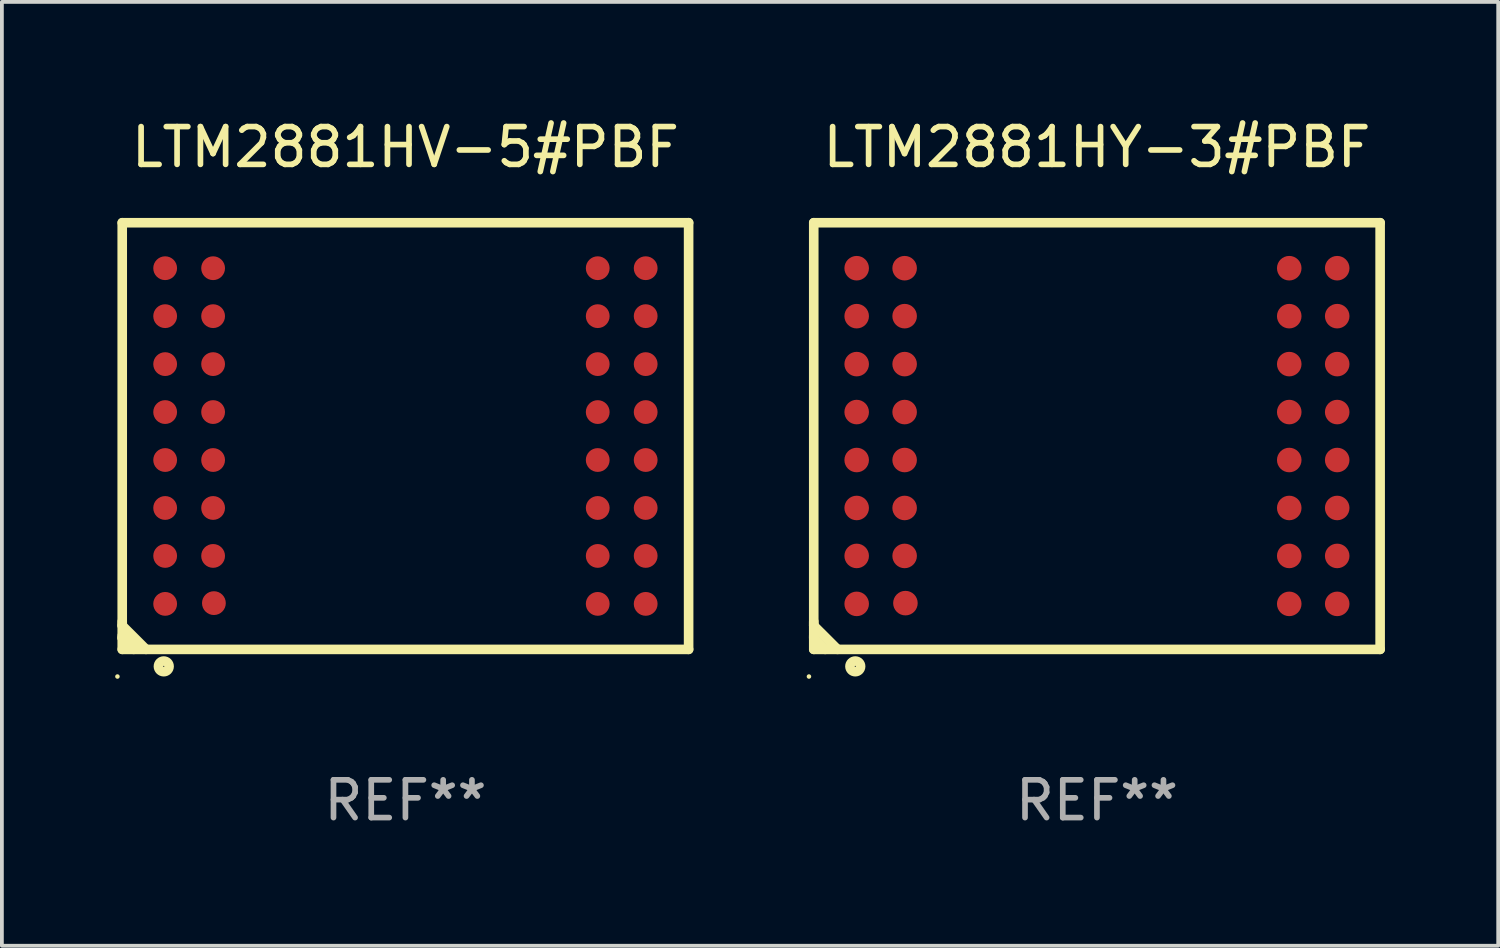
<source format=kicad_pcb>
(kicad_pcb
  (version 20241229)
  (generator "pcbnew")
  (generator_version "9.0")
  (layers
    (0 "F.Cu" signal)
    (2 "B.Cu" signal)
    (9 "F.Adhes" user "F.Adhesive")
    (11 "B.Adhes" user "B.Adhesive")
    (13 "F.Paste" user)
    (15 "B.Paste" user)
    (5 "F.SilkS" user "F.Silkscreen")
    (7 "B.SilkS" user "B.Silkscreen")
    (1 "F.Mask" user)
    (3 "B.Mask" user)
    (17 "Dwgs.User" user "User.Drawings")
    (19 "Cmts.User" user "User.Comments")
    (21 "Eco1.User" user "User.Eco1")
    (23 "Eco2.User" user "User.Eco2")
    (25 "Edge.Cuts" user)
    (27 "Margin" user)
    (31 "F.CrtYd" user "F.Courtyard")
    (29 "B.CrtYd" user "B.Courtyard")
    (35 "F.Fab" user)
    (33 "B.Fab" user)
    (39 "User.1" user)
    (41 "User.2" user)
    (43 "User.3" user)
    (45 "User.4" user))
  (footprint "LTM2881HY-3#PBF"
    (layer "F.Cu")
    (at 26.001 8.498)
    (property "Reference" "LTM2881HY-3#PBF" (at 0 -7.65 0) (layer "F.SilkS") (effects (font (size 1 1) (thickness 0.15))))
    (attr through_hole)
    (fp_line (start -7.5 -5.65) (end -7.5 5.65) (stroke (width 0.254) (type solid)) (layer "F.SilkS"))
    (fp_line (start -7.5 -5.65) (end 7.5 -5.65) (stroke (width 0.254) (type solid)) (layer "F.SilkS"))
    (fp_line (start -7.5 4.911) (end -7.5 5.02) (stroke (width 0.254) (type solid)) (layer "F.SilkS"))
    (fp_line (start -7.5 5.02) (end -6.87 5.65) (stroke (width 0.254) (type solid)) (layer "F.SilkS"))
    (fp_line (start -7.5 5.286) (end -7.5 5.347) (stroke (width 0.254) (type solid)) (layer "F.SilkS"))
    (fp_line (start -7.5 5.347) (end -7.197 5.65) (stroke (width 0.254) (type solid)) (layer "F.SilkS"))
    (fp_line (start -7.5 5.65) (end 7.5 5.65) (stroke (width 0.254) (type solid)) (layer "F.SilkS"))
    (fp_line (start 7.5 -5.65) (end 7.5 5.65) (stroke (width 0.254) (type solid)) (layer "F.SilkS"))
    (fp_circle (center -7.627 6.369) (end -7.597 6.369) (stroke (width 0.06) (type solid)) (fill no) (layer "F.SilkS"))
    (fp_circle (center -6.4 6.1) (end -6.259 6.1) (stroke (width 0.254) (type solid)) (fill no) (layer "F.SilkS"))
    (fp_text user "REF**" (at 0 9.65 0) (layer "F.Fab") (effects (font (size 1 1) (thickness 0.15))))
    (pad "A1" smd circle (at -6.363 4.445) (size 0.65 0.65) (layers "F.Cu" "F.Mask" "F.Paste"))
    (pad "A2" smd circle (at -6.363 3.175) (size 0.65 0.65) (layers "F.Cu" "F.Mask" "F.Paste"))
    (pad "A3" smd circle (at -6.363 1.905) (size 0.65 0.65) (layers "F.Cu" "F.Mask" "F.Paste"))
    (pad "A4" smd circle (at -6.363 0.635) (size 0.65 0.65) (layers "F.Cu" "F.Mask" "F.Paste"))
    (pad "A5" smd circle (at -6.363 -0.635) (size 0.65 0.65) (layers "F.Cu" "F.Mask" "F.Paste"))
    (pad "A6" smd circle (at -6.363 -1.905) (size 0.65 0.65) (layers "F.Cu" "F.Mask" "F.Paste"))
    (pad "A7" smd circle (at -6.363 -3.175) (size 0.65 0.65) (layers "F.Cu" "F.Mask" "F.Paste"))
    (pad "A8" smd circle (at -6.363 -4.445) (size 0.65 0.65) (layers "F.Cu" "F.Mask" "F.Paste"))
    (pad "B1" smd circle (at -5.072 4.425) (size 0.65 0.65) (layers "F.Cu" "F.Mask" "F.Paste"))
    (pad "B2" smd circle (at -5.093 3.175) (size 0.65 0.65) (layers "F.Cu" "F.Mask" "F.Paste"))
    (pad "B3" smd circle (at -5.093 1.905) (size 0.65 0.65) (layers "F.Cu" "F.Mask" "F.Paste"))
    (pad "B4" smd circle (at -5.093 0.635) (size 0.65 0.65) (layers "F.Cu" "F.Mask" "F.Paste"))
    (pad "B5" smd circle (at -5.093 -0.635) (size 0.65 0.65) (layers "F.Cu" "F.Mask" "F.Paste"))
    (pad "B6" smd circle (at -5.093 -1.905) (size 0.65 0.65) (layers "F.Cu" "F.Mask" "F.Paste"))
    (pad "B7" smd circle (at -5.093 -3.175) (size 0.65 0.65) (layers "F.Cu" "F.Mask" "F.Paste"))
    (pad "B8" smd circle (at -5.093 -4.445) (size 0.65 0.65) (layers "F.Cu" "F.Mask" "F.Paste"))
    (pad "K1" smd circle (at 5.093 4.445) (size 0.65 0.65) (layers "F.Cu" "F.Mask" "F.Paste"))
    (pad "K2" smd circle (at 5.093 3.175) (size 0.65 0.65) (layers "F.Cu" "F.Mask" "F.Paste"))
    (pad "K3" smd circle (at 5.093 1.905) (size 0.65 0.65) (layers "F.Cu" "F.Mask" "F.Paste"))
    (pad "K4" smd circle (at 5.093 0.635) (size 0.65 0.65) (layers "F.Cu" "F.Mask" "F.Paste"))
    (pad "K5" smd circle (at 5.093 -0.635) (size 0.65 0.65) (layers "F.Cu" "F.Mask" "F.Paste"))
    (pad "K6" smd circle (at 5.093 -1.905) (size 0.65 0.65) (layers "F.Cu" "F.Mask" "F.Paste"))
    (pad "K7" smd circle (at 5.093 -3.175) (size 0.65 0.65) (layers "F.Cu" "F.Mask" "F.Paste"))
    (pad "K8" smd circle (at 5.093 -4.445) (size 0.65 0.65) (layers "F.Cu" "F.Mask" "F.Paste"))
    (pad "L1" smd circle (at 6.363 4.445) (size 0.65 0.65) (layers "F.Cu" "F.Mask" "F.Paste"))
    (pad "L2" smd circle (at 6.363 3.175) (size 0.65 0.65) (layers "F.Cu" "F.Mask" "F.Paste"))
    (pad "L3" smd circle (at 6.363 1.905) (size 0.65 0.65) (layers "F.Cu" "F.Mask" "F.Paste"))
    (pad "L4" smd circle (at 6.363 0.635) (size 0.65 0.65) (layers "F.Cu" "F.Mask" "F.Paste"))
    (pad "L5" smd circle (at 6.363 -0.635) (size 0.65 0.65) (layers "F.Cu" "F.Mask" "F.Paste"))
    (pad "L6" smd circle (at 6.363 -1.905) (size 0.65 0.65) (layers "F.Cu" "F.Mask" "F.Paste"))
    (pad "L7" smd circle (at 6.363 -3.175) (size 0.65 0.65) (layers "F.Cu" "F.Mask" "F.Paste"))
    (pad "L8" smd circle (at 6.363 -4.445) (size 0.65 0.65) (layers "F.Cu" "F.Mask" "F.Paste")))
  (footprint "LTM2881HV-5#PBF"
    (layer "F.Cu")
    (at 7.687 8.498)
    (property "Reference" "LTM2881HV-5#PBF" (at 0 -7.65 0) (layer "F.SilkS") (effects (font (size 1 1) (thickness 0.15))))
    (attr through_hole)
    (fp_line (start -7.5 -5.65) (end -7.5 5.65) (stroke (width 0.254) (type solid)) (layer "F.SilkS"))
    (fp_line (start -7.5 -5.65) (end 7.5 -5.65) (stroke (width 0.254) (type solid)) (layer "F.SilkS"))
    (fp_line (start -7.5 4.911) (end -7.5 5.02) (stroke (width 0.254) (type solid)) (layer "F.SilkS"))
    (fp_line (start -7.5 5.02) (end -6.87 5.65) (stroke (width 0.254) (type solid)) (layer "F.SilkS"))
    (fp_line (start -7.5 5.286) (end -7.5 5.347) (stroke (width 0.254) (type solid)) (layer "F.SilkS"))
    (fp_line (start -7.5 5.347) (end -7.197 5.65) (stroke (width 0.254) (type solid)) (layer "F.SilkS"))
    (fp_line (start -7.5 5.65) (end 7.5 5.65) (stroke (width 0.254) (type solid)) (layer "F.SilkS"))
    (fp_line (start 7.5 -5.65) (end 7.5 5.65) (stroke (width 0.254) (type solid)) (layer "F.SilkS"))
    (fp_circle (center -7.627 6.369) (end -7.597 6.369) (stroke (width 0.06) (type solid)) (fill no) (layer "F.SilkS"))
    (fp_circle (center -6.4 6.1) (end -6.259 6.1) (stroke (width 0.254) (type solid)) (fill no) (layer "F.SilkS"))
    (fp_text user "REF**" (at 0 9.65 0) (layer "F.Fab") (effects (font (size 1 1) (thickness 0.15))))
    (pad "A1" smd circle (at -6.363 4.445) (size 0.63 0.63) (layers "F.Cu" "F.Mask" "F.Paste"))
    (pad "A2" smd circle (at -6.363 3.175) (size 0.63 0.63) (layers "F.Cu" "F.Mask" "F.Paste"))
    (pad "A3" smd circle (at -6.363 1.905) (size 0.63 0.63) (layers "F.Cu" "F.Mask" "F.Paste"))
    (pad "A4" smd circle (at -6.363 0.635) (size 0.63 0.63) (layers "F.Cu" "F.Mask" "F.Paste"))
    (pad "A5" smd circle (at -6.363 -0.635) (size 0.63 0.63) (layers "F.Cu" "F.Mask" "F.Paste"))
    (pad "A6" smd circle (at -6.363 -1.905) (size 0.63 0.63) (layers "F.Cu" "F.Mask" "F.Paste"))
    (pad "A7" smd circle (at -6.363 -3.175) (size 0.63 0.63) (layers "F.Cu" "F.Mask" "F.Paste"))
    (pad "A8" smd circle (at -6.363 -4.445) (size 0.63 0.63) (layers "F.Cu" "F.Mask" "F.Paste"))
    (pad "B1" smd circle (at -5.072 4.425) (size 0.63 0.63) (layers "F.Cu" "F.Mask" "F.Paste"))
    (pad "B2" smd circle (at -5.093 3.175) (size 0.63 0.63) (layers "F.Cu" "F.Mask" "F.Paste"))
    (pad "B3" smd circle (at -5.093 1.905) (size 0.63 0.63) (layers "F.Cu" "F.Mask" "F.Paste"))
    (pad "B4" smd circle (at -5.093 0.635) (size 0.63 0.63) (layers "F.Cu" "F.Mask" "F.Paste"))
    (pad "B5" smd circle (at -5.093 -0.635) (size 0.63 0.63) (layers "F.Cu" "F.Mask" "F.Paste"))
    (pad "B6" smd circle (at -5.093 -1.905) (size 0.63 0.63) (layers "F.Cu" "F.Mask" "F.Paste"))
    (pad "B7" smd circle (at -5.093 -3.175) (size 0.63 0.63) (layers "F.Cu" "F.Mask" "F.Paste"))
    (pad "B8" smd circle (at -5.093 -4.445) (size 0.63 0.63) (layers "F.Cu" "F.Mask" "F.Paste"))
    (pad "K1" smd circle (at 5.093 4.445) (size 0.63 0.63) (layers "F.Cu" "F.Mask" "F.Paste"))
    (pad "K2" smd circle (at 5.093 3.175) (size 0.63 0.63) (layers "F.Cu" "F.Mask" "F.Paste"))
    (pad "K3" smd circle (at 5.093 1.905) (size 0.63 0.63) (layers "F.Cu" "F.Mask" "F.Paste"))
    (pad "K4" smd circle (at 5.093 0.635) (size 0.63 0.63) (layers "F.Cu" "F.Mask" "F.Paste"))
    (pad "K5" smd circle (at 5.093 -0.635) (size 0.63 0.63) (layers "F.Cu" "F.Mask" "F.Paste"))
    (pad "K6" smd circle (at 5.093 -1.905) (size 0.63 0.63) (layers "F.Cu" "F.Mask" "F.Paste"))
    (pad "K7" smd circle (at 5.093 -3.175) (size 0.63 0.63) (layers "F.Cu" "F.Mask" "F.Paste"))
    (pad "K8" smd circle (at 5.093 -4.445) (size 0.63 0.63) (layers "F.Cu" "F.Mask" "F.Paste"))
    (pad "L1" smd circle (at 6.363 4.445) (size 0.63 0.63) (layers "F.Cu" "F.Mask" "F.Paste"))
    (pad "L2" smd circle (at 6.363 3.175) (size 0.63 0.63) (layers "F.Cu" "F.Mask" "F.Paste"))
    (pad "L3" smd circle (at 6.363 1.905) (size 0.63 0.63) (layers "F.Cu" "F.Mask" "F.Paste"))
    (pad "L4" smd circle (at 6.363 0.635) (size 0.63 0.63) (layers "F.Cu" "F.Mask" "F.Paste"))
    (pad "L5" smd circle (at 6.363 -0.635) (size 0.63 0.63) (layers "F.Cu" "F.Mask" "F.Paste"))
    (pad "L6" smd circle (at 6.363 -1.905) (size 0.63 0.63) (layers "F.Cu" "F.Mask" "F.Paste"))
    (pad "L7" smd circle (at 6.363 -3.175) (size 0.63 0.63) (layers "F.Cu" "F.Mask" "F.Paste"))
    (pad "L8" smd circle (at 6.363 -4.445) (size 0.63 0.63) (layers "F.Cu" "F.Mask" "F.Paste")))
  (gr_rect
    (start -3 -3)
    (end 36.628 21.997)
    (stroke (width 0.1) (type default))
    (fill no)
    (layer "Edge.Cuts")))
</source>
